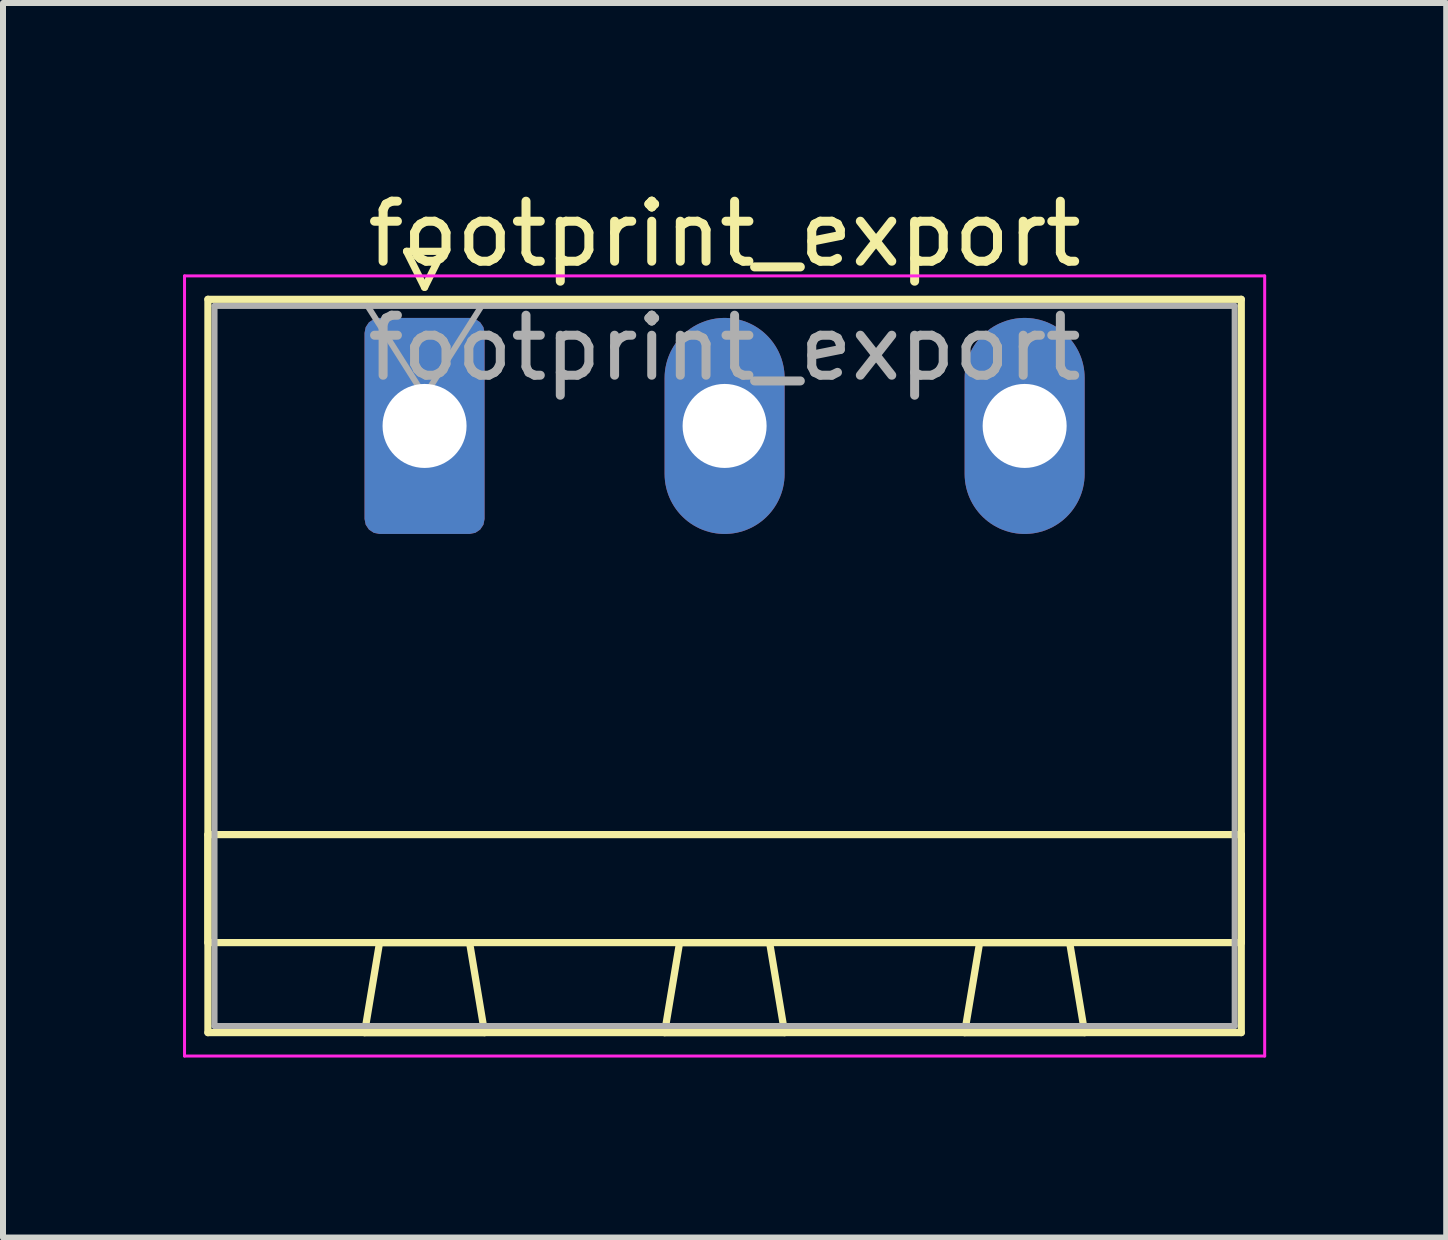
<source format=kicad_pcb>
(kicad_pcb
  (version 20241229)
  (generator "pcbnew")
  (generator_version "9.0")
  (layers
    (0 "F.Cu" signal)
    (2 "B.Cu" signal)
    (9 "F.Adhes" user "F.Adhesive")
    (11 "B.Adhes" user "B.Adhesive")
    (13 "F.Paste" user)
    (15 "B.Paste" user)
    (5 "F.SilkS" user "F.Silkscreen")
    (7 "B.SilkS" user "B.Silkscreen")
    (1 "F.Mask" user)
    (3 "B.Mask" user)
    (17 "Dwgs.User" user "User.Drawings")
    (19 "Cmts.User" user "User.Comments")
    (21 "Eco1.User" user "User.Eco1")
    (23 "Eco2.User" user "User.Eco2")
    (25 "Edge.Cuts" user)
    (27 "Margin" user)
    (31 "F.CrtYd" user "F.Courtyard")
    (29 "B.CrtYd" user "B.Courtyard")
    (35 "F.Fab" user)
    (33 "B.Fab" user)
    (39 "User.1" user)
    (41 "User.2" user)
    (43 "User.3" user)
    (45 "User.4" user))
  (footprint "footprint_export"
    (layer "F.Cu")
    (at 4.025 4.048)
    (property "Reference" "footprint_export" (at 5 -3.2 0) (layer "F.SilkS") (effects (font (size 1 1) (thickness 0.15))))
    (attr through_hole)
    (fp_line (start -3.61 -2.11) (end -3.61 10.11) (stroke (width 0.12) (type solid)) (layer "F.SilkS"))
    (fp_line (start -3.61 6.81) (end 13.61 6.81) (stroke (width 0.12) (type solid)) (layer "F.SilkS"))
    (fp_line (start -3.61 8.61) (end -3.61 6.81) (stroke (width 0.12) (type solid)) (layer "F.SilkS"))
    (fp_line (start -3.61 10.11) (end 13.61 10.11) (stroke (width 0.12) (type solid)) (layer "F.SilkS"))
    (fp_line (start -1 10.11) (end 1 10.11) (stroke (width 0.12) (type solid)) (layer "F.SilkS"))
    (fp_line (start -0.75 8.61) (end -1 10.11) (stroke (width 0.12) (type solid)) (layer "F.SilkS"))
    (fp_line (start -0.3 -2.91) (end 0.3 -2.91) (stroke (width 0.12) (type solid)) (layer "F.SilkS"))
    (fp_line (start 0 -2.31) (end -0.3 -2.91) (stroke (width 0.12) (type solid)) (layer "F.SilkS"))
    (fp_line (start 0.3 -2.91) (end 0 -2.31) (stroke (width 0.12) (type solid)) (layer "F.SilkS"))
    (fp_line (start 0.75 8.61) (end -0.75 8.61) (stroke (width 0.12) (type solid)) (layer "F.SilkS"))
    (fp_line (start 1 10.11) (end 0.75 8.61) (stroke (width 0.12) (type solid)) (layer "F.SilkS"))
    (fp_line (start 4 10.11) (end 6 10.11) (stroke (width 0.12) (type solid)) (layer "F.SilkS"))
    (fp_line (start 4.25 8.61) (end 4 10.11) (stroke (width 0.12) (type solid)) (layer "F.SilkS"))
    (fp_line (start 5.75 8.61) (end 4.25 8.61) (stroke (width 0.12) (type solid)) (layer "F.SilkS"))
    (fp_line (start 6 10.11) (end 5.75 8.61) (stroke (width 0.12) (type solid)) (layer "F.SilkS"))
    (fp_line (start 9 10.11) (end 11 10.11) (stroke (width 0.12) (type solid)) (layer "F.SilkS"))
    (fp_line (start 9.25 8.61) (end 9 10.11) (stroke (width 0.12) (type solid)) (layer "F.SilkS"))
    (fp_line (start 10.75 8.61) (end 9.25 8.61) (stroke (width 0.12) (type solid)) (layer "F.SilkS"))
    (fp_line (start 11 10.11) (end 10.75 8.61) (stroke (width 0.12) (type solid)) (layer "F.SilkS"))
    (fp_line (start 13.61 -2.11) (end -3.61 -2.11) (stroke (width 0.12) (type solid)) (layer "F.SilkS"))
    (fp_line (start 13.61 6.81) (end 13.61 8.61) (stroke (width 0.12) (type solid)) (layer "F.SilkS"))
    (fp_line (start 13.61 8.61) (end -3.61 8.61) (stroke (width 0.12) (type solid)) (layer "F.SilkS"))
    (fp_line (start 13.61 10.11) (end 13.61 -2.11) (stroke (width 0.12) (type solid)) (layer "F.SilkS"))
    (fp_line (start -4 -2.5) (end -4 10.5) (stroke (width 0.05) (type solid)) (layer "F.CrtYd"))
    (fp_line (start -4 10.5) (end 14 10.5) (stroke (width 0.05) (type solid)) (layer "F.CrtYd"))
    (fp_line (start 14 -2.5) (end -4 -2.5) (stroke (width 0.05) (type solid)) (layer "F.CrtYd"))
    (fp_line (start 14 10.5) (end 14 -2.5) (stroke (width 0.05) (type solid)) (layer "F.CrtYd"))
    (fp_line (start -3.5 -2) (end -3.5 10) (stroke (width 0.1) (type solid)) (layer "F.Fab"))
    (fp_line (start -3.5 10) (end 13.5 10) (stroke (width 0.1) (type solid)) (layer "F.Fab"))
    (fp_line (start 0 -0.5) (end -0.95 -2) (stroke (width 0.1) (type solid)) (layer "F.Fab"))
    (fp_line (start 0.95 -2) (end 0 -0.5) (stroke (width 0.1) (type solid)) (layer "F.Fab"))
    (fp_line (start 13.5 -2) (end -3.5 -2) (stroke (width 0.1) (type solid)) (layer "F.Fab"))
    (fp_line (start 13.5 10) (end 13.5 -2) (stroke (width 0.1) (type solid)) (layer "F.Fab"))
    (fp_text user "${REFERENCE}" (at 5 -1.3 0) (layer "F.Fab") (effects (font (size 1 1) (thickness 0.15))))
    (pad "1" thru_hole roundrect (at 0 0) (size 2 3.6) (drill 1.4) (layers "*.Cu" "*.Mask") (roundrect_rratio 0.125))
    (pad "2" thru_hole oval (at 5 0) (size 2 3.6) (drill 1.4) (layers "*.Cu" "*.Mask"))
    (pad "3" thru_hole oval (at 10 0) (size 2 3.6) (drill 1.4) (layers "*.Cu" "*.Mask")))
  (gr_rect
    (start -3 -3)
    (end 21.05 17.573)
    (stroke (width 0.1) (type default))
    (fill no)
    (layer "Edge.Cuts")))
</source>
